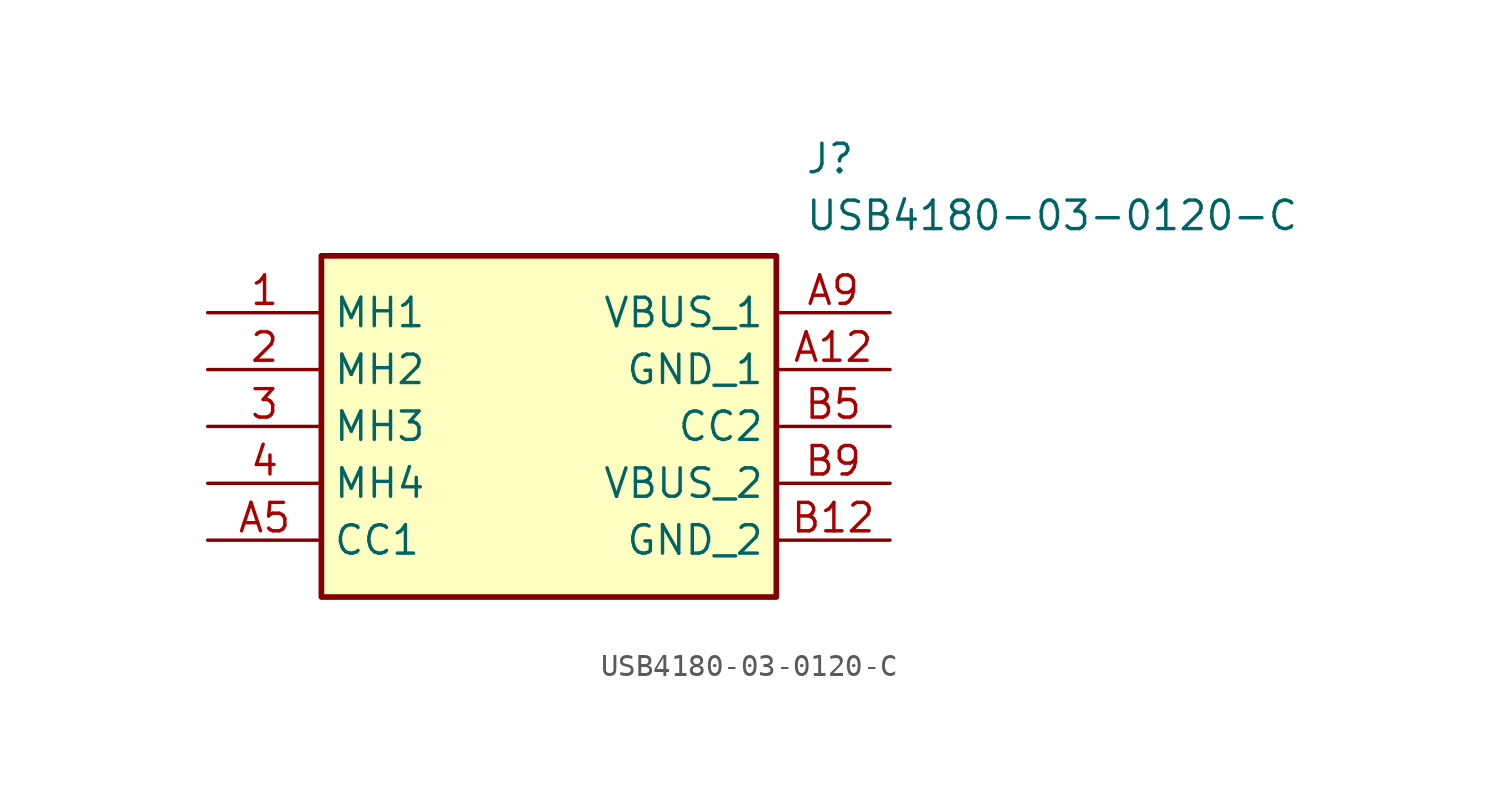
<source format=kicad_sym>
(kicad_symbol_lib
  (version 20211014)
  (generator SamacSys_ECAD_Model)
  (symbol "USB4180-03-0120-C"
    (property "Reference" "J"
      (at 26.67 7.62 0)
      (effects (font (size 1.27 1.27)) (justify left top)))
    (property "Value" "USB4180-03-0120-C"
      (at 26.67 5.08 0)
      (effects (font (size 1.27 1.27)) (justify left top)))
    (rectangle
      (start 5.08 2.54)
      (end 25.4 -12.7)
      (stroke (width 0.254) (type default))
      (fill (type background)))
    (pin passive line
      (at 0 0 0)
      (length 5.08)
      (name "MH1" (effects (font (size 1.27 1.27))))
      (number "1" (effects (font (size 1.27 1.27)))))
    (pin passive line
      (at 0 -2.54 0)
      (length 5.08)
      (name "MH2" (effects (font (size 1.27 1.27))))
      (number "2" (effects (font (size 1.27 1.27)))))
    (pin passive line
      (at 0 -5.08 0)
      (length 5.08)
      (name "MH3" (effects (font (size 1.27 1.27))))
      (number "3" (effects (font (size 1.27 1.27)))))
    (pin passive line
      (at 0 -7.62 0)
      (length 5.08)
      (name "MH4" (effects (font (size 1.27 1.27))))
      (number "4" (effects (font (size 1.27 1.27)))))
    (pin passive line
      (at 0 -10.16 0)
      (length 5.08)
      (name "CC1" (effects (font (size 1.27 1.27))))
      (number "A5" (effects (font (size 1.27 1.27)))))
    (pin passive line
      (at 30.48 0 180)
      (length 5.08)
      (name "VBUS_1" (effects (font (size 1.27 1.27))))
      (number "A9" (effects (font (size 1.27 1.27)))))
    (pin passive line
      (at 30.48 -2.54 180)
      (length 5.08)
      (name "GND_1" (effects (font (size 1.27 1.27))))
      (number "A12" (effects (font (size 1.27 1.27)))))
    (pin passive line
      (at 30.48 -5.08 180)
      (length 5.08)
      (name "CC2" (effects (font (size 1.27 1.27))))
      (number "B5" (effects (font (size 1.27 1.27)))))
    (pin passive line
      (at 30.48 -7.62 180)
      (length 5.08)
      (name "VBUS_2" (effects (font (size 1.27 1.27))))
      (number "B9" (effects (font (size 1.27 1.27)))))
    (pin passive line
      (at 30.48 -10.16 180)
      (length 5.08)
      (name "GND_2" (effects (font (size 1.27 1.27))))
      (number "B12" (effects (font (size 1.27 1.27)))))))
</source>
